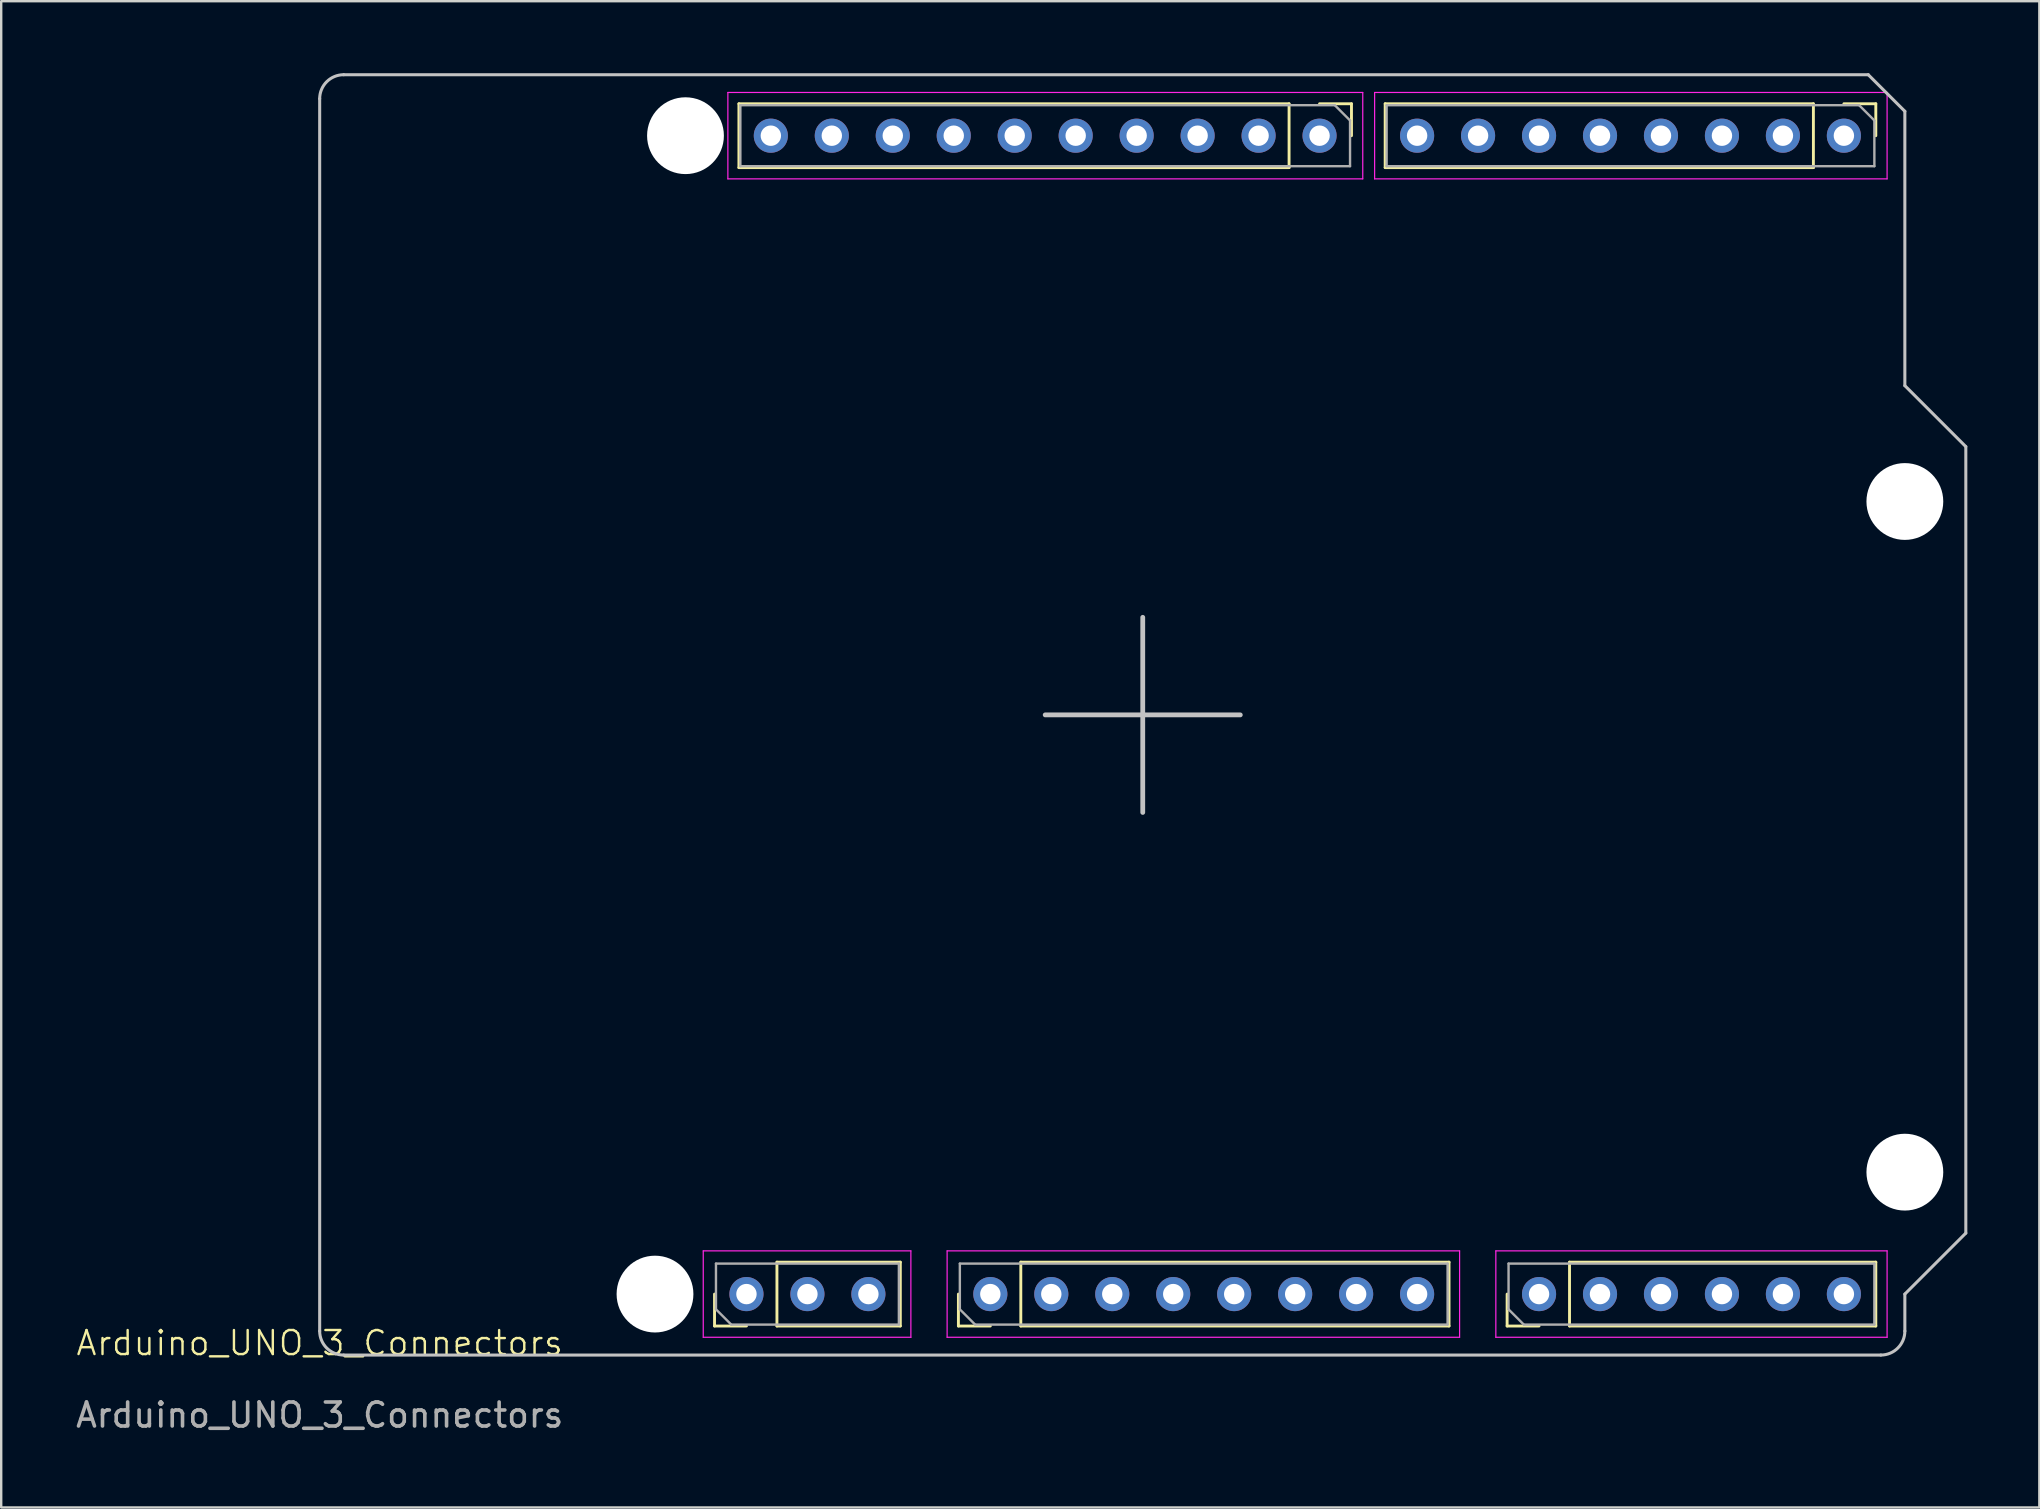
<source format=kicad_pcb>
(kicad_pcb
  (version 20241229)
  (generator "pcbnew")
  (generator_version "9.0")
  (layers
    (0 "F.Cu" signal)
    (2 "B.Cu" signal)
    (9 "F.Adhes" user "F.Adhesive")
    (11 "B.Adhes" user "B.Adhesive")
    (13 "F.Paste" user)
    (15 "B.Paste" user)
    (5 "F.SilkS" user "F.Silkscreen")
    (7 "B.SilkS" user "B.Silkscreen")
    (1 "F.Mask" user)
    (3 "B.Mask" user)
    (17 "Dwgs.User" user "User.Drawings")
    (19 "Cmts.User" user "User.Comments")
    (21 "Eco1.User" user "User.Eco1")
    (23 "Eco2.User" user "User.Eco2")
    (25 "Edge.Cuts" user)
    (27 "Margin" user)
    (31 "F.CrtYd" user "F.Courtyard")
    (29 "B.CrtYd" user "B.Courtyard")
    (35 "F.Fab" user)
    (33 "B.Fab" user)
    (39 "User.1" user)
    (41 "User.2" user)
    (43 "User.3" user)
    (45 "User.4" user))
  (footprint "Arduino_UNO_3_Connectors"
    (layer "F.Cu")
    (at 44.558 26.733)
    (property "Reference" "Arduino_UNO_3_Connectors" (at -34.29 26.17 0) (unlocked yes) (layer "F.SilkS") (effects (font (size 1 1) (thickness 0.1))))
    (attr smd)
    (fp_line (start -17.84 25.46) (end -17.84 24.13) (stroke (width 0.12) (type solid)) (layer "F.SilkS"))
    (fp_line (start -16.824 -25.46) (end -16.824 -22.8) (stroke (width 0.12) (type solid)) (layer "F.SilkS"))
    (fp_line (start -16.51 25.46) (end -17.84 25.46) (stroke (width 0.12) (type solid)) (layer "F.SilkS"))
    (fp_line (start -15.24 22.8) (end -10.1 22.8) (stroke (width 0.12) (type solid)) (layer "F.SilkS"))
    (fp_line (start -15.24 25.46) (end -15.24 22.8) (stroke (width 0.12) (type solid)) (layer "F.SilkS"))
    (fp_line (start -15.24 25.46) (end -10.1 25.46) (stroke (width 0.12) (type solid)) (layer "F.SilkS"))
    (fp_line (start -10.1 25.46) (end -10.1 22.8) (stroke (width 0.12) (type solid)) (layer "F.SilkS"))
    (fp_line (start -7.68 25.46) (end -7.68 24.13) (stroke (width 0.12) (type solid)) (layer "F.SilkS"))
    (fp_line (start -6.35 25.46) (end -7.68 25.46) (stroke (width 0.12) (type solid)) (layer "F.SilkS"))
    (fp_line (start -5.08 22.8) (end 12.76 22.8) (stroke (width 0.12) (type solid)) (layer "F.SilkS"))
    (fp_line (start -5.08 25.46) (end -5.08 22.8) (stroke (width 0.12) (type solid)) (layer "F.SilkS"))
    (fp_line (start -5.08 25.46) (end 12.76 25.46) (stroke (width 0.12) (type solid)) (layer "F.SilkS"))
    (fp_line (start 6.096 -25.46) (end -16.824 -25.46) (stroke (width 0.12) (type solid)) (layer "F.SilkS"))
    (fp_line (start 6.096 -25.46) (end 6.096 -22.8) (stroke (width 0.12) (type solid)) (layer "F.SilkS"))
    (fp_line (start 6.096 -22.8) (end -16.824 -22.8) (stroke (width 0.12) (type solid)) (layer "F.SilkS"))
    (fp_line (start 7.366 -25.46) (end 8.696 -25.46) (stroke (width 0.12) (type solid)) (layer "F.SilkS"))
    (fp_line (start 8.696 -25.46) (end 8.696 -24.13) (stroke (width 0.12) (type solid)) (layer "F.SilkS"))
    (fp_line (start 10.1 -25.46) (end 10.1 -22.8) (stroke (width 0.12) (type solid)) (layer "F.SilkS"))
    (fp_line (start 12.76 25.46) (end 12.76 22.8) (stroke (width 0.12) (type solid)) (layer "F.SilkS"))
    (fp_line (start 15.18 25.46) (end 15.18 24.13) (stroke (width 0.12) (type solid)) (layer "F.SilkS"))
    (fp_line (start 16.51 25.46) (end 15.18 25.46) (stroke (width 0.12) (type solid)) (layer "F.SilkS"))
    (fp_line (start 17.78 22.8) (end 30.54 22.8) (stroke (width 0.12) (type solid)) (layer "F.SilkS"))
    (fp_line (start 17.78 25.46) (end 17.78 22.8) (stroke (width 0.12) (type solid)) (layer "F.SilkS"))
    (fp_line (start 17.78 25.46) (end 30.54 25.46) (stroke (width 0.12) (type solid)) (layer "F.SilkS"))
    (fp_line (start 27.94 -25.46) (end 10.1 -25.46) (stroke (width 0.12) (type solid)) (layer "F.SilkS"))
    (fp_line (start 27.94 -25.46) (end 27.94 -22.8) (stroke (width 0.12) (type solid)) (layer "F.SilkS"))
    (fp_line (start 27.94 -22.8) (end 10.1 -22.8) (stroke (width 0.12) (type solid)) (layer "F.SilkS"))
    (fp_line (start 29.21 -25.46) (end 30.54 -25.46) (stroke (width 0.12) (type solid)) (layer "F.SilkS"))
    (fp_line (start 30.54 -25.46) (end 30.54 -24.13) (stroke (width 0.12) (type solid)) (layer "F.SilkS"))
    (fp_line (start 30.54 25.46) (end 30.54 22.8) (stroke (width 0.12) (type solid)) (layer "F.SilkS"))
    (fp_line (start -34.29 25.67) (end -34.29 -25.67) (stroke (width 0.127) (type solid)) (layer "Dwgs.User"))
    (fp_line (start -33.29 -26.67) (end 30.226 -26.67) (stroke (width 0.127) (type solid)) (layer "Dwgs.User"))
    (fp_line (start -33.29 26.67) (end 30.75 26.67) (stroke (width 0.127) (type solid)) (layer "Dwgs.User"))
    (fp_line (start 0 0) (end -4.064 0) (stroke (width 0.2) (type default)) (layer "Dwgs.User"))
    (fp_line (start 0 0) (end 0 -4.064) (stroke (width 0.2) (type default)) (layer "Dwgs.User"))
    (fp_line (start 0 0) (end 0 4.064) (stroke (width 0.2) (type default)) (layer "Dwgs.User"))
    (fp_line (start 0 0) (end 4.064 0) (stroke (width 0.2) (type default)) (layer "Dwgs.User"))
    (fp_line (start 30.226 -26.67) (end 31.75 -25.146) (stroke (width 0.127) (type solid)) (layer "Dwgs.User"))
    (fp_line (start 31.75 -13.716) (end 31.75 -25.146) (stroke (width 0.127) (type solid)) (layer "Dwgs.User"))
    (fp_line (start 31.75 -13.716) (end 34.29 -11.176) (stroke (width 0.127) (type solid)) (layer "Dwgs.User"))
    (fp_line (start 31.75 24.13) (end 34.29 21.59) (stroke (width 0.127) (type solid)) (layer "Dwgs.User"))
    (fp_line (start 31.75 25.67) (end 31.75 24.13) (stroke (width 0.127) (type solid)) (layer "Dwgs.User"))
    (fp_line (start 34.29 21.59) (end 34.29 -11.176) (stroke (width 0.127) (type solid)) (layer "Dwgs.User"))
    (fp_arc (start -34.29 -25.67) (mid -33.997107 -26.377106) (end -33.29 -26.67) (stroke (width 0.127) (type solid)) (layer "Dwgs.User"))
    (fp_arc (start -33.29 26.67) (mid -33.997106 26.377107) (end -34.29 25.67) (stroke (width 0.127) (type solid)) (layer "Dwgs.User"))
    (fp_arc (start 31.75 25.67) (mid 31.457107 26.377106) (end 30.75 26.67) (stroke (width 0.127) (type solid)) (layer "Dwgs.User"))
    (fp_line (start -18.31 22.33) (end -18.31 25.93) (stroke (width 0.05) (type solid)) (layer "F.CrtYd"))
    (fp_line (start -18.31 25.93) (end -9.66 25.93) (stroke (width 0.05) (type solid)) (layer "F.CrtYd"))
    (fp_line (start -17.284 -25.93) (end -17.284 -22.33) (stroke (width 0.05) (type solid)) (layer "F.CrtYd"))
    (fp_line (start -17.284 -22.33) (end 9.166 -22.33) (stroke (width 0.05) (type solid)) (layer "F.CrtYd"))
    (fp_line (start -9.66 22.33) (end -18.31 22.33) (stroke (width 0.05) (type solid)) (layer "F.CrtYd"))
    (fp_line (start -9.66 25.93) (end -9.66 22.33) (stroke (width 0.05) (type solid)) (layer "F.CrtYd"))
    (fp_line (start -8.15 22.33) (end -8.15 25.93) (stroke (width 0.05) (type solid)) (layer "F.CrtYd"))
    (fp_line (start -8.15 25.93) (end 13.2 25.93) (stroke (width 0.05) (type solid)) (layer "F.CrtYd"))
    (fp_line (start 9.166 -25.93) (end -17.284 -25.93) (stroke (width 0.05) (type solid)) (layer "F.CrtYd"))
    (fp_line (start 9.166 -22.33) (end 9.166 -25.93) (stroke (width 0.05) (type solid)) (layer "F.CrtYd"))
    (fp_line (start 9.66 -25.93) (end 9.66 -22.33) (stroke (width 0.05) (type solid)) (layer "F.CrtYd"))
    (fp_line (start 9.66 -22.33) (end 31.01 -22.33) (stroke (width 0.05) (type solid)) (layer "F.CrtYd"))
    (fp_line (start 13.2 22.33) (end -8.15 22.33) (stroke (width 0.05) (type solid)) (layer "F.CrtYd"))
    (fp_line (start 13.2 25.93) (end 13.2 22.33) (stroke (width 0.05) (type solid)) (layer "F.CrtYd"))
    (fp_line (start 14.71 22.33) (end 14.71 25.93) (stroke (width 0.05) (type solid)) (layer "F.CrtYd"))
    (fp_line (start 14.71 25.93) (end 31.01 25.93) (stroke (width 0.05) (type solid)) (layer "F.CrtYd"))
    (fp_line (start 31.01 -25.93) (end 9.66 -25.93) (stroke (width 0.05) (type solid)) (layer "F.CrtYd"))
    (fp_line (start 31.01 -22.33) (end 31.01 -25.93) (stroke (width 0.05) (type solid)) (layer "F.CrtYd"))
    (fp_line (start 31.01 22.33) (end 14.71 22.33) (stroke (width 0.05) (type solid)) (layer "F.CrtYd"))
    (fp_line (start 31.01 25.93) (end 31.01 22.33) (stroke (width 0.05) (type solid)) (layer "F.CrtYd"))
    (fp_line (start -17.78 22.86) (end -10.16 22.86) (stroke (width 0.1) (type solid)) (layer "F.Fab"))
    (fp_line (start -17.78 24.765) (end -17.78 22.86) (stroke (width 0.1) (type solid)) (layer "F.Fab"))
    (fp_line (start -17.145 25.4) (end -17.78 24.765) (stroke (width 0.1) (type solid)) (layer "F.Fab"))
    (fp_line (start -16.764 -25.4) (end 8.001 -25.4) (stroke (width 0.1) (type solid)) (layer "F.Fab"))
    (fp_line (start -16.764 -22.86) (end -16.764 -25.4) (stroke (width 0.1) (type solid)) (layer "F.Fab"))
    (fp_line (start -10.16 22.86) (end -10.16 25.4) (stroke (width 0.1) (type solid)) (layer "F.Fab"))
    (fp_line (start -10.16 25.4) (end -17.145 25.4) (stroke (width 0.1) (type solid)) (layer "F.Fab"))
    (fp_line (start -7.62 22.86) (end 12.7 22.86) (stroke (width 0.1) (type solid)) (layer "F.Fab"))
    (fp_line (start -7.62 24.765) (end -7.62 22.86) (stroke (width 0.1) (type solid)) (layer "F.Fab"))
    (fp_line (start -6.985 25.4) (end -7.62 24.765) (stroke (width 0.1) (type solid)) (layer "F.Fab"))
    (fp_line (start 8.001 -25.4) (end 8.636 -24.765) (stroke (width 0.1) (type solid)) (layer "F.Fab"))
    (fp_line (start 8.636 -24.765) (end 8.636 -22.86) (stroke (width 0.1) (type solid)) (layer "F.Fab"))
    (fp_line (start 8.636 -22.86) (end -16.764 -22.86) (stroke (width 0.1) (type solid)) (layer "F.Fab"))
    (fp_line (start 10.16 -25.4) (end 29.845 -25.4) (stroke (width 0.1) (type solid)) (layer "F.Fab"))
    (fp_line (start 10.16 -22.86) (end 10.16 -25.4) (stroke (width 0.1) (type solid)) (layer "F.Fab"))
    (fp_line (start 12.7 22.86) (end 12.7 25.4) (stroke (width 0.1) (type solid)) (layer "F.Fab"))
    (fp_line (start 12.7 25.4) (end -6.985 25.4) (stroke (width 0.1) (type solid)) (layer "F.Fab"))
    (fp_line (start 15.24 22.86) (end 30.48 22.86) (stroke (width 0.1) (type solid)) (layer "F.Fab"))
    (fp_line (start 15.24 24.765) (end 15.24 22.86) (stroke (width 0.1) (type solid)) (layer "F.Fab"))
    (fp_line (start 15.875 25.4) (end 15.24 24.765) (stroke (width 0.1) (type solid)) (layer "F.Fab"))
    (fp_line (start 29.845 -25.4) (end 30.48 -24.765) (stroke (width 0.1) (type solid)) (layer "F.Fab"))
    (fp_line (start 30.48 -24.765) (end 30.48 -22.86) (stroke (width 0.1) (type solid)) (layer "F.Fab"))
    (fp_line (start 30.48 -22.86) (end 10.16 -22.86) (stroke (width 0.1) (type solid)) (layer "F.Fab"))
    (fp_line (start 30.48 22.86) (end 30.48 25.4) (stroke (width 0.1) (type solid)) (layer "F.Fab"))
    (fp_line (start 30.48 25.4) (end 15.875 25.4) (stroke (width 0.1) (type solid)) (layer "F.Fab"))
    (fp_text user "${REFERENCE}" (at -34.29 29.17 0) (unlocked yes) (layer "F.Fab") (effects (font (size 1 1) (thickness 0.15))))
    (pad "" np_thru_hole circle (at -20.32 24.13) (size 3.2 3.2) (drill 3.2) (layers "*.Cu" "*.Mask"))
    (pad "" np_thru_hole circle (at -19.05 -24.13) (size 3.2 3.2) (drill 3.2) (layers "*.Cu" "*.Mask"))
    (pad "" np_thru_hole circle (at 31.75 -8.89) (size 3.2 3.2) (drill 3.2) (layers "*.Cu" "*.Mask"))
    (pad "" np_thru_hole circle (at 31.75 19.05) (size 3.2 3.2) (drill 3.2) (layers "*.Cu" "*.Mask"))
    (pad "L1" thru_hole circle (at -6.35 24.13 90) (size 1.422 1.422) (drill 0.85) (layers "*.Cu" "*.Mask"))
    (pad "L2" thru_hole circle (at -3.81 24.13 90) (size 1.422 1.422) (drill 0.85) (layers "*.Cu" "*.Mask"))
    (pad "L3" thru_hole circle (at -1.27 24.13 90) (size 1.422 1.422) (drill 0.85) (layers "*.Cu" "*.Mask"))
    (pad "L4" thru_hole circle (at 1.27 24.13 90) (size 1.422 1.422) (drill 0.85) (layers "*.Cu" "*.Mask"))
    (pad "L5" thru_hole circle (at 3.81 24.13 90) (size 1.422 1.422) (drill 0.85) (layers "*.Cu" "*.Mask"))
    (pad "L6" thru_hole circle (at 6.35 24.13 90) (size 1.422 1.422) (drill 0.85) (layers "*.Cu" "*.Mask"))
    (pad "L7" thru_hole circle (at 8.89 24.13 90) (size 1.422 1.422) (drill 0.85) (layers "*.Cu" "*.Mask"))
    (pad "L8" thru_hole circle (at 11.43 24.13 90) (size 1.422 1.422) (drill 0.85) (layers "*.Cu" "*.Mask"))
    (pad "L9" thru_hole circle (at 16.51 24.13 90) (size 1.422 1.422) (drill 0.85) (layers "*.Cu" "*.Mask"))
    (pad "L10" thru_hole circle (at 19.05 24.13 90) (size 1.422 1.422) (drill 0.85) (layers "*.Cu" "*.Mask"))
    (pad "L11" thru_hole circle (at 21.59 24.13 90) (size 1.422 1.422) (drill 0.85) (layers "*.Cu" "*.Mask"))
    (pad "L12" thru_hole circle (at 24.13 24.13 90) (size 1.422 1.422) (drill 0.85) (layers "*.Cu" "*.Mask"))
    (pad "L13" thru_hole circle (at 26.67 24.13 90) (size 1.422 1.422) (drill 0.85) (layers "*.Cu" "*.Mask"))
    (pad "L14" thru_hole circle (at 29.21 24.13 90) (size 1.422 1.422) (drill 0.85) (layers "*.Cu" "*.Mask"))
    (pad "P1" thru_hole circle (at -16.51 24.13 90) (size 1.422 1.422) (drill 0.85) (layers "*.Cu" "*.Mask"))
    (pad "P2" thru_hole circle (at -13.97 24.13 90) (size 1.422 1.422) (drill 0.85) (layers "*.Cu" "*.Mask"))
    (pad "P3" thru_hole circle (at -11.43 24.13 90) (size 1.422 1.422) (drill 0.85) (layers "*.Cu" "*.Mask"))
    (pad "R1" thru_hole circle (at 29.21 -24.13 270) (size 1.422 1.422) (drill 0.85) (layers "*.Cu" "*.Mask"))
    (pad "R2" thru_hole circle (at 26.67 -24.13 270) (size 1.422 1.422) (drill 0.85) (layers "*.Cu" "*.Mask"))
    (pad "R3" thru_hole circle (at 24.13 -24.13 270) (size 1.422 1.422) (drill 0.85) (layers "*.Cu" "*.Mask"))
    (pad "R4" thru_hole circle (at 21.59 -24.13 270) (size 1.422 1.422) (drill 0.85) (layers "*.Cu" "*.Mask"))
    (pad "R5" thru_hole circle (at 19.05 -24.13 270) (size 1.422 1.422) (drill 0.85) (layers "*.Cu" "*.Mask"))
    (pad "R6" thru_hole circle (at 16.51 -24.13 270) (size 1.422 1.422) (drill 0.85) (layers "*.Cu" "*.Mask"))
    (pad "R7" thru_hole circle (at 13.97 -24.13 270) (size 1.422 1.422) (drill 0.85) (layers "*.Cu" "*.Mask"))
    (pad "R8" thru_hole circle (at 11.43 -24.13 270) (size 1.422 1.422) (drill 0.85) (layers "*.Cu" "*.Mask"))
    (pad "R9" thru_hole circle (at 7.366 -24.13 270) (size 1.422 1.422) (drill 0.85) (layers "*.Cu" "*.Mask"))
    (pad "R10" thru_hole circle (at 4.826 -24.13 270) (size 1.422 1.422) (drill 0.85) (layers "*.Cu" "*.Mask"))
    (pad "R11" thru_hole circle (at 2.286 -24.13 270) (size 1.422 1.422) (drill 0.85) (layers "*.Cu" "*.Mask"))
    (pad "R12" thru_hole circle (at -0.254 -24.13 270) (size 1.422 1.422) (drill 0.85) (layers "*.Cu" "*.Mask"))
    (pad "R13" thru_hole circle (at -2.794 -24.13 270) (size 1.422 1.422) (drill 0.85) (layers "*.Cu" "*.Mask"))
    (pad "R14" thru_hole circle (at -5.334 -24.13 270) (size 1.422 1.422) (drill 0.85) (layers "*.Cu" "*.Mask"))
    (pad "R15" thru_hole circle (at -7.874 -24.13 270) (size 1.422 1.422) (drill 0.85) (layers "*.Cu" "*.Mask"))
    (pad "R16" thru_hole circle (at -10.414 -24.13 270) (size 1.422 1.422) (drill 0.85) (layers "*.Cu" "*.Mask"))
    (pad "R17" thru_hole circle (at -12.954 -24.13 270) (size 1.422 1.422) (drill 0.85) (layers "*.Cu" "*.Mask"))
    (pad "R18" thru_hole circle (at -15.494 -24.13 270) (size 1.422 1.422) (drill 0.85) (layers "*.Cu" "*.Mask")))
  (gr_rect
    (start -3 -3)
    (end 81.911 59.752)
    (stroke (width 0.1) (type default))
    (fill no)
    (layer "Edge.Cuts")))
</source>
